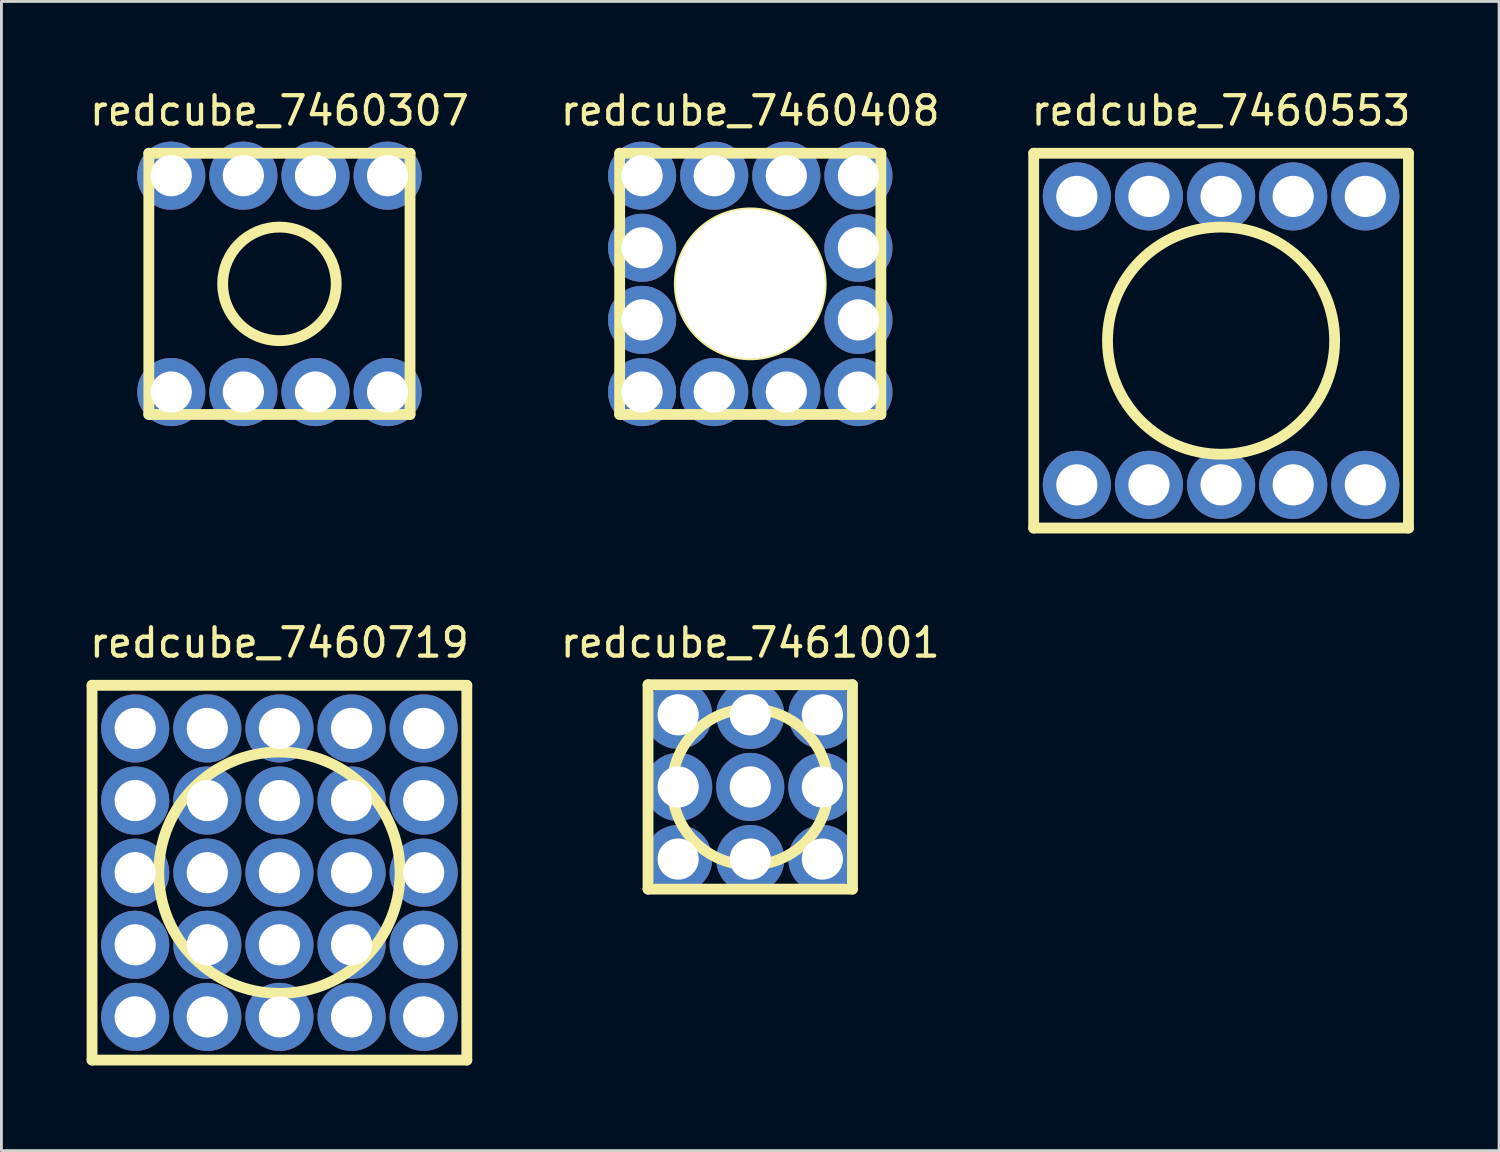
<source format=kicad_pcb>
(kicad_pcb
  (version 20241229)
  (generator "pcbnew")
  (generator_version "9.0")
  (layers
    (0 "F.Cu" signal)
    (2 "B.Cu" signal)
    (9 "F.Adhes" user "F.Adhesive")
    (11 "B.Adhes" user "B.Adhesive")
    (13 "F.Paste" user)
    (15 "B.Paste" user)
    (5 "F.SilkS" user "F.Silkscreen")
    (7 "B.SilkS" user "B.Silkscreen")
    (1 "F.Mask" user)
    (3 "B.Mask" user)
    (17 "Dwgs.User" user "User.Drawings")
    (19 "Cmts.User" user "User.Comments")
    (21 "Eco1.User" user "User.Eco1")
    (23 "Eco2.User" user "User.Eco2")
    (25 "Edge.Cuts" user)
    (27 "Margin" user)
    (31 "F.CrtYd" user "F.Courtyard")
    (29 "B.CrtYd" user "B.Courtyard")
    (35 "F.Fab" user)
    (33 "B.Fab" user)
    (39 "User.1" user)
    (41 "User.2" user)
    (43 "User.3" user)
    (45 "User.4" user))
  (footprint "redcube_7460553"
    (layer "F.Cu")
    (at 39.958 8.948)
    (property "Reference" "redcube_7460553" (at 0 -8.1 0) (layer "F.SilkS") (effects (font (size 1 1) (thickness 0.15))))
    (attr through_hole)
    (fp_line (start -6.6 -6.6) (end 6.6 -6.6) (stroke (width 0.381) (type solid)) (layer "F.SilkS"))
    (fp_line (start -6.6 6.6) (end -6.6 -6.6) (stroke (width 0.381) (type solid)) (layer "F.SilkS"))
    (fp_line (start 6.6 -6.6) (end 6.6 6.6) (stroke (width 0.381) (type solid)) (layer "F.SilkS"))
    (fp_line (start 6.6 6.6) (end -6.6 6.6) (stroke (width 0.381) (type solid)) (layer "F.SilkS"))
    (fp_circle (center 0 0) (end 4 0) (stroke (width 0.381) (type solid)) (fill no) (layer "F.SilkS"))
    (pad "1" thru_hole circle (at -5.08 -5.08) (size 2.4 2.4) (drill 1.45) (layers "*.Cu" "*.Mask"))
    (pad "1" thru_hole circle (at -5.08 5.08) (size 2.4 2.4) (drill 1.45) (layers "*.Cu" "*.Mask"))
    (pad "1" thru_hole circle (at -2.54 -5.08) (size 2.4 2.4) (drill 1.45) (layers "*.Cu" "*.Mask"))
    (pad "1" thru_hole circle (at -2.54 5.08) (size 2.4 2.4) (drill 1.45) (layers "*.Cu" "*.Mask"))
    (pad "1" thru_hole circle (at 0 -5.08) (size 2.4 2.4) (drill 1.45) (layers "*.Cu" "*.Mask"))
    (pad "1" thru_hole circle (at 0 5.08) (size 2.4 2.4) (drill 1.45) (layers "*.Cu" "*.Mask"))
    (pad "1" thru_hole circle (at 2.54 -5.08) (size 2.4 2.4) (drill 1.45) (layers "*.Cu" "*.Mask"))
    (pad "1" thru_hole circle (at 2.54 5.08) (size 2.4 2.4) (drill 1.45) (layers "*.Cu" "*.Mask"))
    (pad "1" thru_hole circle (at 5.08 -5.08) (size 2.4 2.4) (drill 1.45) (layers "*.Cu" "*.Mask"))
    (pad "1" thru_hole circle (at 5.08 5.08) (size 2.4 2.4) (drill 1.45) (layers "*.Cu" "*.Mask")))
  (footprint "redcube_7460719"
    (layer "F.Cu")
    (at 6.792 27.687)
    (property "Reference" "redcube_7460719" (at 0 -8.1 0) (layer "F.SilkS") (effects (font (size 1 1) (thickness 0.15))))
    (attr through_hole)
    (fp_line (start -6.6 -6.6) (end 6.6 -6.6) (stroke (width 0.381) (type solid)) (layer "F.SilkS"))
    (fp_line (start -6.6 6.6) (end -6.6 -6.6) (stroke (width 0.381) (type solid)) (layer "F.SilkS"))
    (fp_line (start 6.6 -6.6) (end 6.6 6.6) (stroke (width 0.381) (type solid)) (layer "F.SilkS"))
    (fp_line (start 6.6 6.6) (end -6.6 6.6) (stroke (width 0.381) (type solid)) (layer "F.SilkS"))
    (fp_circle (center 0 0) (end 4.25 0) (stroke (width 0.381) (type solid)) (fill no) (layer "F.SilkS"))
    (pad "1" thru_hole circle (at -5.08 -5.08) (size 2.4 2.4) (drill 1.45) (layers "*.Cu" "*.Mask"))
    (pad "1" thru_hole circle (at -5.08 -2.54) (size 2.4 2.4) (drill 1.45) (layers "*.Cu" "*.Mask"))
    (pad "1" thru_hole circle (at -5.08 0) (size 2.4 2.4) (drill 1.45) (layers "*.Cu" "*.Mask"))
    (pad "1" thru_hole circle (at -5.08 2.54) (size 2.4 2.4) (drill 1.45) (layers "*.Cu" "*.Mask"))
    (pad "1" thru_hole circle (at -5.08 5.08) (size 2.4 2.4) (drill 1.45) (layers "*.Cu" "*.Mask"))
    (pad "1" thru_hole circle (at -2.54 -5.08) (size 2.4 2.4) (drill 1.45) (layers "*.Cu" "*.Mask"))
    (pad "1" thru_hole circle (at -2.54 -2.54) (size 2.4 2.4) (drill 1.45) (layers "*.Cu" "*.Mask"))
    (pad "1" thru_hole circle (at -2.54 0) (size 2.4 2.4) (drill 1.45) (layers "*.Cu" "*.Mask"))
    (pad "1" thru_hole circle (at -2.54 2.54) (size 2.4 2.4) (drill 1.45) (layers "*.Cu" "*.Mask"))
    (pad "1" thru_hole circle (at -2.54 5.08) (size 2.4 2.4) (drill 1.45) (layers "*.Cu" "*.Mask"))
    (pad "1" thru_hole circle (at 0 -5.08) (size 2.4 2.4) (drill 1.45) (layers "*.Cu" "*.Mask"))
    (pad "1" thru_hole circle (at 0 -2.54) (size 2.4 2.4) (drill 1.45) (layers "*.Cu" "*.Mask"))
    (pad "1" thru_hole circle (at 0 0) (size 2.4 2.4) (drill 1.45) (layers "*.Cu" "*.Mask"))
    (pad "1" thru_hole circle (at 0 2.54) (size 2.4 2.4) (drill 1.45) (layers "*.Cu" "*.Mask"))
    (pad "1" thru_hole circle (at 0 5.08) (size 2.4 2.4) (drill 1.45) (layers "*.Cu" "*.Mask"))
    (pad "1" thru_hole circle (at 2.54 -5.08) (size 2.4 2.4) (drill 1.45) (layers "*.Cu" "*.Mask"))
    (pad "1" thru_hole circle (at 2.54 -2.54) (size 2.4 2.4) (drill 1.45) (layers "*.Cu" "*.Mask"))
    (pad "1" thru_hole circle (at 2.54 0) (size 2.4 2.4) (drill 1.45) (layers "*.Cu" "*.Mask"))
    (pad "1" thru_hole circle (at 2.54 2.54) (size 2.4 2.4) (drill 1.45) (layers "*.Cu" "*.Mask"))
    (pad "1" thru_hole circle (at 2.54 5.08) (size 2.4 2.4) (drill 1.45) (layers "*.Cu" "*.Mask"))
    (pad "1" thru_hole circle (at 5.08 -5.08) (size 2.4 2.4) (drill 1.45) (layers "*.Cu" "*.Mask"))
    (pad "1" thru_hole circle (at 5.08 -2.54) (size 2.4 2.4) (drill 1.45) (layers "*.Cu" "*.Mask"))
    (pad "1" thru_hole circle (at 5.08 0) (size 2.4 2.4) (drill 1.45) (layers "*.Cu" "*.Mask"))
    (pad "1" thru_hole circle (at 5.08 2.54) (size 2.4 2.4) (drill 1.45) (layers "*.Cu" "*.Mask"))
    (pad "1" thru_hole circle (at 5.08 5.08) (size 2.4 2.4) (drill 1.45) (layers "*.Cu" "*.Mask")))
  (footprint "redcube_7460307"
    (layer "F.Cu")
    (at 6.792 6.948)
    (property "Reference" "redcube_7460307" (at 0 -6.1 0) (layer "F.SilkS") (effects (font (size 1 1) (thickness 0.15))))
    (attr through_hole)
    (fp_line (start -4.6 -4.6) (end 4.6 -4.6) (stroke (width 0.381) (type solid)) (layer "F.SilkS"))
    (fp_line (start -4.6 4.6) (end -4.6 -4.6) (stroke (width 0.381) (type solid)) (layer "F.SilkS"))
    (fp_line (start 4.6 -4.6) (end 4.6 4.6) (stroke (width 0.381) (type solid)) (layer "F.SilkS"))
    (fp_line (start 4.6 4.6) (end -4.6 4.6) (stroke (width 0.381) (type solid)) (layer "F.SilkS"))
    (fp_circle (center 0 0) (end 2 0) (stroke (width 0.381) (type solid)) (fill no) (layer "F.SilkS"))
    (pad "1" thru_hole circle (at -3.81 -3.81) (size 2.4 2.4) (drill 1.45) (layers "*.Cu" "*.Mask"))
    (pad "1" thru_hole circle (at -3.81 3.81) (size 2.4 2.4) (drill 1.45) (layers "*.Cu" "*.Mask"))
    (pad "1" thru_hole circle (at -1.27 -3.81) (size 2.4 2.4) (drill 1.45) (layers "*.Cu" "*.Mask"))
    (pad "1" thru_hole circle (at -1.27 3.81) (size 2.4 2.4) (drill 1.45) (layers "*.Cu" "*.Mask"))
    (pad "1" thru_hole circle (at 1.27 -3.81) (size 2.4 2.4) (drill 1.45) (layers "*.Cu" "*.Mask"))
    (pad "1" thru_hole circle (at 1.27 3.81) (size 2.4 2.4) (drill 1.45) (layers "*.Cu" "*.Mask"))
    (pad "1" thru_hole circle (at 3.81 -3.81) (size 2.4 2.4) (drill 1.45) (layers "*.Cu" "*.Mask"))
    (pad "1" thru_hole circle (at 3.81 3.81) (size 2.4 2.4) (drill 1.45) (layers "*.Cu" "*.Mask")))
  (footprint "redcube_7461001"
    (layer "F.Cu")
    (at 23.375 24.667)
    (property "Reference" "redcube_7461001" (at 0 -5.08 0) (layer "F.SilkS") (effects (font (size 1 1) (thickness 0.15))))
    (attr through_hole)
    (fp_line (start -3.6 -3.6) (end 3.6 -3.6) (stroke (width 0.381) (type solid)) (layer "F.SilkS"))
    (fp_line (start -3.6 3.6) (end -3.6 -3.6) (stroke (width 0.381) (type solid)) (layer "F.SilkS"))
    (fp_line (start 3.6 -3.6) (end 3.6 3.6) (stroke (width 0.381) (type solid)) (layer "F.SilkS"))
    (fp_line (start 3.6 3.6) (end -3.6 3.6) (stroke (width 0.381) (type solid)) (layer "F.SilkS"))
    (fp_circle (center 0 0) (end 2.75 0) (stroke (width 0.381) (type solid)) (fill no) (layer "F.SilkS"))
    (pad "1" thru_hole circle (at -2.54 -2.54) (size 2.4 2.4) (drill 1.45) (layers "*.Cu" "*.Mask"))
    (pad "1" thru_hole circle (at -2.54 0) (size 2.4 2.4) (drill 1.45) (layers "*.Cu" "*.Mask"))
    (pad "1" thru_hole circle (at -2.54 2.54) (size 2.4 2.4) (drill 1.45) (layers "*.Cu" "*.Mask"))
    (pad "1" thru_hole circle (at 0 -2.54) (size 2.4 2.4) (drill 1.45) (layers "*.Cu" "*.Mask"))
    (pad "1" thru_hole circle (at 0 0) (size 2.4 2.4) (drill 1.45) (layers "*.Cu" "*.Mask"))
    (pad "1" thru_hole circle (at 0 2.54) (size 2.4 2.4) (drill 1.45) (layers "*.Cu" "*.Mask"))
    (pad "1" thru_hole circle (at 2.54 -2.54) (size 2.4 2.4) (drill 1.45) (layers "*.Cu" "*.Mask"))
    (pad "1" thru_hole circle (at 2.54 0) (size 2.4 2.4) (drill 1.45) (layers "*.Cu" "*.Mask"))
    (pad "1" thru_hole circle (at 2.54 2.54) (size 2.4 2.4) (drill 1.45) (layers "*.Cu" "*.Mask")))
  (footprint "redcube_7460408"
    (layer "F.Cu")
    (at 23.375 6.948)
    (property "Reference" "redcube_7460408" (at 0 -6.1 0) (layer "F.SilkS") (effects (font (size 1 1) (thickness 0.15))))
    (attr through_hole)
    (fp_line (start -4.6 -4.6) (end 4.6 -4.6) (stroke (width 0.381) (type solid)) (layer "F.SilkS"))
    (fp_line (start -4.6 4.6) (end -4.6 -4.6) (stroke (width 0.381) (type solid)) (layer "F.SilkS"))
    (fp_line (start 4.6 -4.6) (end 4.6 4.6) (stroke (width 0.381) (type solid)) (layer "F.SilkS"))
    (fp_line (start 4.6 4.6) (end -4.6 4.6) (stroke (width 0.381) (type solid)) (layer "F.SilkS"))
    (fp_circle (center 0 0) (end 2.5 0) (stroke (width 0.381) (type solid)) (fill no) (layer "F.SilkS"))
    (pad "" np_thru_hole circle (at 0 0) (size 5.25 5.25) (drill 5.25) (layers "*.Cu" "*.Mask"))
    (pad "1" thru_hole circle (at -3.81 -3.81) (size 2.4 2.4) (drill 1.45) (layers "*.Cu" "*.Mask"))
    (pad "1" thru_hole circle (at -3.81 -1.27) (size 2.4 2.4) (drill 1.45) (layers "*.Cu" "*.Mask"))
    (pad "1" thru_hole circle (at -3.81 1.27) (size 2.4 2.4) (drill 1.45) (layers "*.Cu" "*.Mask"))
    (pad "1" thru_hole circle (at -3.81 3.81) (size 2.4 2.4) (drill 1.45) (layers "*.Cu" "*.Mask"))
    (pad "1" thru_hole circle (at -1.27 -3.81) (size 2.4 2.4) (drill 1.45) (layers "*.Cu" "*.Mask"))
    (pad "1" thru_hole circle (at -1.27 3.81) (size 2.4 2.4) (drill 1.45) (layers "*.Cu" "*.Mask"))
    (pad "1" thru_hole circle (at 1.27 -3.81) (size 2.4 2.4) (drill 1.45) (layers "*.Cu" "*.Mask"))
    (pad "1" thru_hole circle (at 1.27 3.81) (size 2.4 2.4) (drill 1.45) (layers "*.Cu" "*.Mask"))
    (pad "1" thru_hole circle (at 3.81 -3.81) (size 2.4 2.4) (drill 1.45) (layers "*.Cu" "*.Mask"))
    (pad "1" thru_hole circle (at 3.81 -1.27) (size 2.4 2.4) (drill 1.45) (layers "*.Cu" "*.Mask"))
    (pad "1" thru_hole circle (at 3.81 1.27) (size 2.4 2.4) (drill 1.45) (layers "*.Cu" "*.Mask"))
    (pad "1" thru_hole circle (at 3.81 3.81) (size 2.4 2.4) (drill 1.45) (layers "*.Cu" "*.Mask")))
  (gr_rect
    (start -3 -3)
    (end 49.75 37.477)
    (stroke (width 0.1) (type default))
    (fill no)
    (layer "Edge.Cuts")))
</source>
